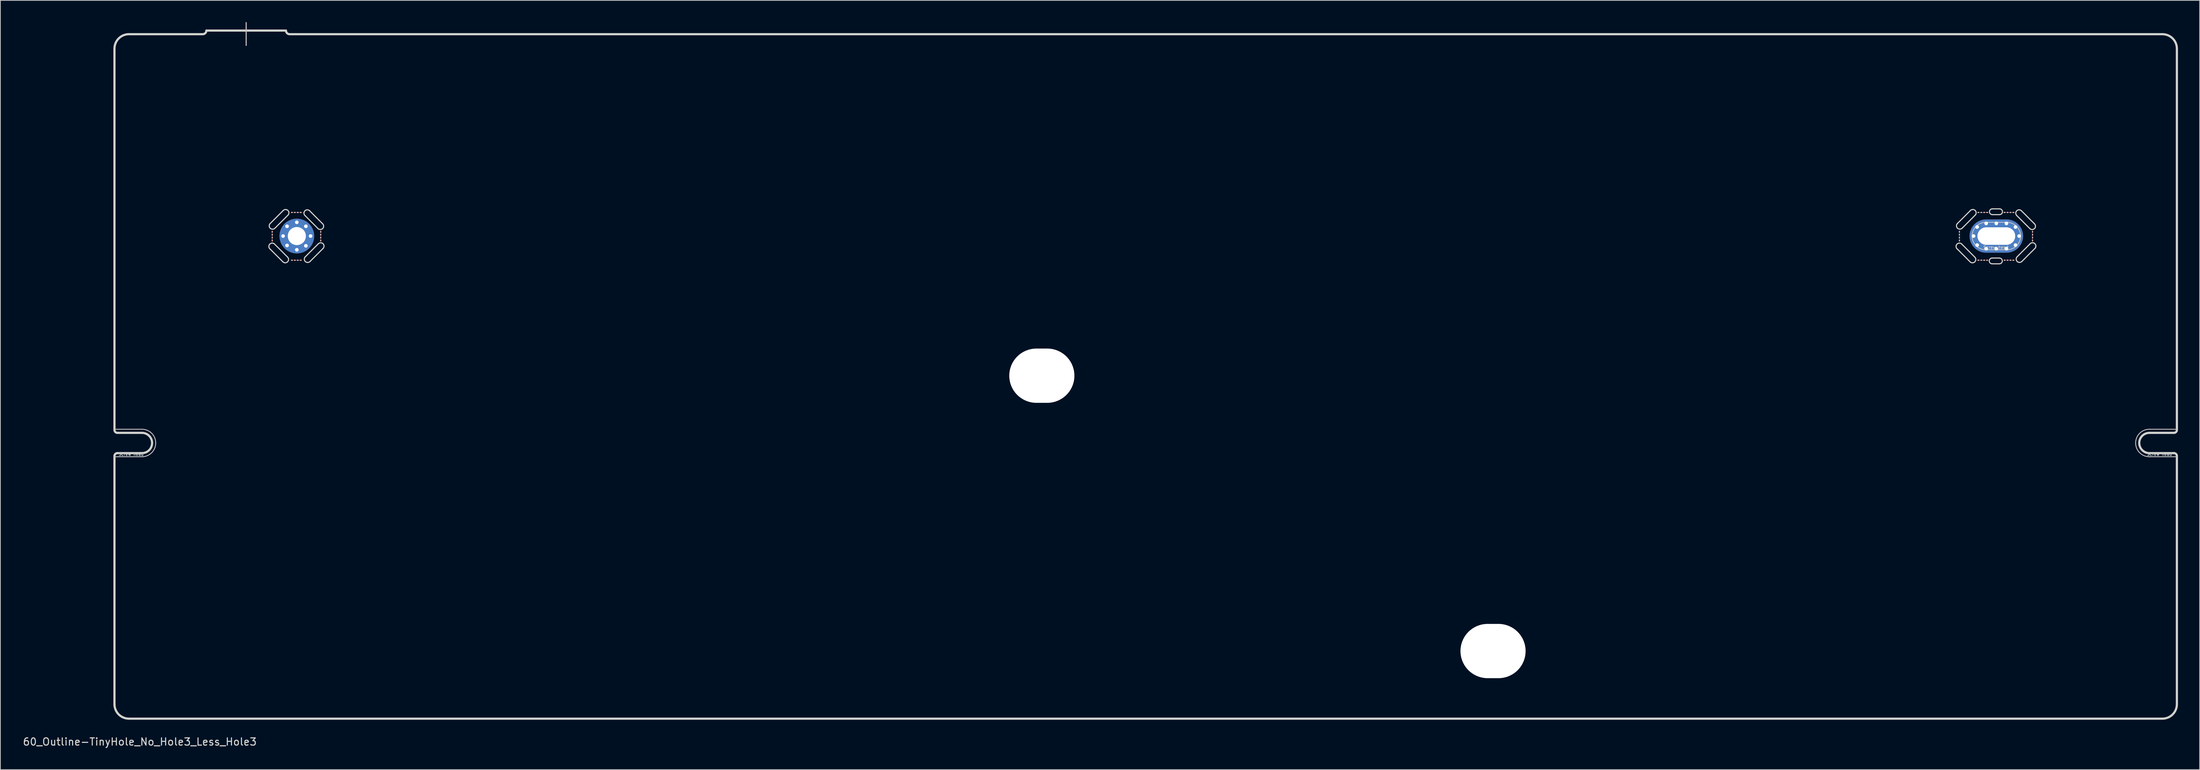
<source format=kicad_pcb>
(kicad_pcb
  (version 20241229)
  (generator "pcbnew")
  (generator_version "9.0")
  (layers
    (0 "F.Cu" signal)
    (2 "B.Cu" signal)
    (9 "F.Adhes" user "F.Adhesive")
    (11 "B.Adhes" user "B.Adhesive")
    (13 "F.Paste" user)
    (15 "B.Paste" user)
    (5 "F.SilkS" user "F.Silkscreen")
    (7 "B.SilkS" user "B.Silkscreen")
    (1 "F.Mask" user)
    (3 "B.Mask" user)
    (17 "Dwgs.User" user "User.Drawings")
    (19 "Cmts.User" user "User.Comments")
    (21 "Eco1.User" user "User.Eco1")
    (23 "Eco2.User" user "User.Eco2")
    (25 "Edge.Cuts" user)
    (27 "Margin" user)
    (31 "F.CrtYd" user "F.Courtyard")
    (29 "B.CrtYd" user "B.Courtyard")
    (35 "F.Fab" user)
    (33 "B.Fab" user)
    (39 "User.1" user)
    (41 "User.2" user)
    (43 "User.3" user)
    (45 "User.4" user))
  (footprint "60_Outline-TinyHole_No_Hole3_Less_Hole3"
    (layer "F.Cu")
    (at 155.268 48.975)
    (property "Reference" "60_Outline-TinyHole_No_Hole3_Less_Hole3" (at -139 50.5 0) (layer "Edge.Cuts") (effects (font (size 1 1) (thickness 0.15))))
    (attr through_hole)
    (fp_line (start -120.7 -19.112) (end -120.7 -19.262) (stroke (width 0.15) (type solid)) (layer "B.SilkS"))
    (fp_line (start -120.7 -19.912) (end -120.7 -20.062) (stroke (width 0.15) (type solid)) (layer "B.SilkS"))
    (fp_line (start -120.7 -19.512) (end -120.7 -19.662) (stroke (width 0.15) (type solid)) (layer "B.SilkS"))
    (fp_line (start -120.7 -18.712) (end -120.7 -18.862) (stroke (width 0.15) (type solid)) (layer "B.SilkS"))
    (fp_line (start -118.05 -22.662) (end -117.9 -22.662) (stroke (width 0.15) (type solid)) (layer "B.SilkS"))
    (fp_line (start -118.05 -16.062) (end -117.9 -16.062) (stroke (width 0.15) (type solid)) (layer "B.SilkS"))
    (fp_line (start -117.65 -22.663) (end -117.5 -22.663) (stroke (width 0.15) (type solid)) (layer "B.SilkS"))
    (fp_line (start -117.65 -16.063) (end -117.5 -16.063) (stroke (width 0.15) (type solid)) (layer "B.SilkS"))
    (fp_line (start -117.25 -22.662) (end -117.1 -22.662) (stroke (width 0.15) (type solid)) (layer "B.SilkS"))
    (fp_line (start -117.25 -16.062) (end -117.1 -16.062) (stroke (width 0.15) (type solid)) (layer "B.SilkS"))
    (fp_line (start -116.85 -22.662) (end -116.7 -22.662) (stroke (width 0.15) (type solid)) (layer "B.SilkS"))
    (fp_line (start -116.85 -16.062) (end -116.7 -16.062) (stroke (width 0.15) (type solid)) (layer "B.SilkS"))
    (fp_line (start -114 -19.112) (end -114 -19.262) (stroke (width 0.15) (type solid)) (layer "B.SilkS"))
    (fp_line (start -114 -19.912) (end -114 -20.062) (stroke (width 0.15) (type solid)) (layer "B.SilkS"))
    (fp_line (start -114 -19.512) (end -114 -19.662) (stroke (width 0.15) (type solid)) (layer "B.SilkS"))
    (fp_line (start -114 -18.712) (end -114 -18.862) (stroke (width 0.15) (type solid)) (layer "B.SilkS"))
    (fp_line (start 112.45 -19.113) (end 112.45 -19.263) (stroke (width 0.15) (type solid)) (layer "B.SilkS"))
    (fp_line (start 112.45 -19.913) (end 112.45 -20.063) (stroke (width 0.15) (type solid)) (layer "B.SilkS"))
    (fp_line (start 112.45 -19.513) (end 112.45 -19.663) (stroke (width 0.15) (type solid)) (layer "B.SilkS"))
    (fp_line (start 112.45 -18.713) (end 112.45 -18.863) (stroke (width 0.15) (type solid)) (layer "B.SilkS"))
    (fp_line (start 115.15 -22.662) (end 115 -22.662) (stroke (width 0.15) (type solid)) (layer "B.SilkS"))
    (fp_line (start 115.15 -16.062) (end 115 -16.062) (stroke (width 0.15) (type solid)) (layer "B.SilkS"))
    (fp_line (start 115.55 -22.662) (end 115.4 -22.662) (stroke (width 0.15) (type solid)) (layer "B.SilkS"))
    (fp_line (start 115.55 -16.062) (end 115.4 -16.062) (stroke (width 0.15) (type solid)) (layer "B.SilkS"))
    (fp_line (start 115.95 -22.662) (end 115.8 -22.662) (stroke (width 0.15) (type solid)) (layer "B.SilkS"))
    (fp_line (start 115.95 -16.062) (end 115.8 -16.062) (stroke (width 0.15) (type solid)) (layer "B.SilkS"))
    (fp_line (start 116.35 -22.662) (end 116.2 -22.662) (stroke (width 0.15) (type solid)) (layer "B.SilkS"))
    (fp_line (start 116.35 -16.062) (end 116.2 -16.062) (stroke (width 0.15) (type solid)) (layer "B.SilkS"))
    (fp_line (start 118.625 -22.663) (end 118.775 -22.663) (stroke (width 0.15) (type solid)) (layer "B.SilkS"))
    (fp_line (start 118.625 -16.063) (end 118.775 -16.063) (stroke (width 0.15) (type solid)) (layer "B.SilkS"))
    (fp_line (start 119.025 -22.663) (end 119.175 -22.663) (stroke (width 0.15) (type solid)) (layer "B.SilkS"))
    (fp_line (start 119.025 -16.063) (end 119.175 -16.063) (stroke (width 0.15) (type solid)) (layer "B.SilkS"))
    (fp_line (start 119.425 -22.663) (end 119.575 -22.663) (stroke (width 0.15) (type solid)) (layer "B.SilkS"))
    (fp_line (start 119.425 -16.063) (end 119.575 -16.063) (stroke (width 0.15) (type solid)) (layer "B.SilkS"))
    (fp_line (start 119.825 -22.663) (end 119.975 -22.663) (stroke (width 0.15) (type solid)) (layer "B.SilkS"))
    (fp_line (start 119.825 -16.063) (end 119.975 -16.063) (stroke (width 0.15) (type solid)) (layer "B.SilkS"))
    (fp_line (start 122.55 -19.113) (end 122.55 -19.263) (stroke (width 0.15) (type solid)) (layer "B.SilkS"))
    (fp_line (start 122.55 -19.913) (end 122.55 -20.063) (stroke (width 0.15) (type solid)) (layer "B.SilkS"))
    (fp_line (start 122.55 -19.513) (end 122.55 -19.663) (stroke (width 0.15) (type solid)) (layer "B.SilkS"))
    (fp_line (start 122.55 -18.713) (end 122.55 -18.863) (stroke (width 0.15) (type solid)) (layer "B.SilkS"))
    (fp_line (start -142.5 7.3) (end -138.7 7.3) (stroke (width 0.12) (type solid)) (layer "Dwgs.User"))
    (fp_line (start -142.5 11.1) (end -138.7 11.1) (stroke (width 0.12) (type solid)) (layer "Dwgs.User"))
    (fp_line (start -124.3 -48.9) (end -124.3 -45.75) (stroke (width 0.15) (type solid)) (layer "Dwgs.User"))
    (fp_line (start -15.75 -2.15) (end -12.85 -2.15) (stroke (width 0.12) (type solid)) (layer "Dwgs.User"))
    (fp_line (start -15.75 1.65) (end -12.85 1.65) (stroke (width 0.12) (type solid)) (layer "Dwgs.User"))
    (fp_line (start -15.7 -1.5) (end -12.9 -1.5) (stroke (width 0.12) (type solid)) (layer "Dwgs.User"))
    (fp_line (start -12.9 0.9) (end -15.7 0.9) (stroke (width 0.12) (type solid)) (layer "Dwgs.User"))
    (fp_line (start 46.55 36) (end 49.45 36) (stroke (width 0.12) (type solid)) (layer "Dwgs.User"))
    (fp_line (start 46.55 39.8) (end 49.45 39.8) (stroke (width 0.12) (type solid)) (layer "Dwgs.User"))
    (fp_line (start 46.551 36.055) (end 49.451 36.055) (stroke (width 0.12) (type solid)) (layer "Dwgs.User"))
    (fp_line (start 46.551 39.855) (end 49.451 39.855) (stroke (width 0.12) (type solid)) (layer "Dwgs.User"))
    (fp_line (start 46.601 36.705) (end 49.401 36.705) (stroke (width 0.12) (type solid)) (layer "Dwgs.User"))
    (fp_line (start 49.401 39.105) (end 46.601 39.105) (stroke (width 0.12) (type solid)) (layer "Dwgs.User"))
    (fp_line (start 116.1 -21.3) (end 119 -21.3) (stroke (width 0.12) (type solid)) (layer "Dwgs.User"))
    (fp_line (start 116.1 -17.5) (end 119 -17.5) (stroke (width 0.12) (type solid)) (layer "Dwgs.User"))
    (fp_line (start 138.7 7.3) (end 142.5 7.3) (stroke (width 0.12) (type solid)) (layer "Dwgs.User"))
    (fp_line (start 138.7 11.1) (end 142.5 11.1) (stroke (width 0.12) (type solid)) (layer "Dwgs.User"))
    (fp_arc (start -138.7 7.3) (mid -137.356497 7.856497) (end -136.8 9.2) (stroke (width 0.12) (type solid)) (layer "Dwgs.User"))
    (fp_arc (start -136.8 9.2) (mid -137.356497 10.543503) (end -138.7 11.1) (stroke (width 0.12) (type solid)) (layer "Dwgs.User"))
    (fp_arc (start -17.65 -0.25) (mid -17.093503 -1.593503) (end -15.75 -2.15) (stroke (width 0.12) (type solid)) (layer "Dwgs.User"))
    (fp_arc (start -16.9 -0.3) (mid -16.548528 -1.148528) (end -15.7 -1.5) (stroke (width 0.12) (type solid)) (layer "Dwgs.User"))
    (fp_arc (start -15.75 1.65) (mid -17.093503 1.093503) (end -17.65 -0.25) (stroke (width 0.12) (type solid)) (layer "Dwgs.User"))
    (fp_arc (start -15.7 0.9) (mid -16.548528 0.548528) (end -16.9 -0.3) (stroke (width 0.12) (type solid)) (layer "Dwgs.User"))
    (fp_arc (start -12.9 -1.5) (mid -12.051472 -1.148528) (end -11.7 -0.3) (stroke (width 0.12) (type solid)) (layer "Dwgs.User"))
    (fp_arc (start -12.85 -2.15) (mid -11.506497 -1.593503) (end -10.95 -0.25) (stroke (width 0.12) (type solid)) (layer "Dwgs.User"))
    (fp_arc (start -11.7 -0.3) (mid -12.051472 0.548528) (end -12.9 0.9) (stroke (width 0.12) (type solid)) (layer "Dwgs.User"))
    (fp_arc (start -10.95 -0.25) (mid -11.506497 1.093503) (end -12.85 1.65) (stroke (width 0.12) (type solid)) (layer "Dwgs.User"))
    (fp_arc (start 44.65 37.9) (mid 45.206497 36.556497) (end 46.55 36) (stroke (width 0.12) (type solid)) (layer "Dwgs.User"))
    (fp_arc (start 44.651167 37.955456) (mid 45.207664 36.611953) (end 46.551167 36.055456) (stroke (width 0.12) (type solid)) (layer "Dwgs.User"))
    (fp_arc (start 45.401167 37.905456) (mid 45.752639 37.056928) (end 46.601167 36.705456) (stroke (width 0.12) (type solid)) (layer "Dwgs.User"))
    (fp_arc (start 46.55 39.8) (mid 45.206497 39.243503) (end 44.65 37.9) (stroke (width 0.12) (type solid)) (layer "Dwgs.User"))
    (fp_arc (start 46.551167 39.855456) (mid 45.207664 39.298959) (end 44.651167 37.955456) (stroke (width 0.12) (type solid)) (layer "Dwgs.User"))
    (fp_arc (start 46.601167 39.105456) (mid 45.752639 38.753984) (end 45.401167 37.905456) (stroke (width 0.12) (type solid)) (layer "Dwgs.User"))
    (fp_arc (start 49.401167 36.705456) (mid 50.249695 37.056928) (end 50.601167 37.905456) (stroke (width 0.12) (type solid)) (layer "Dwgs.User"))
    (fp_arc (start 49.45 36) (mid 50.793503 36.556497) (end 51.35 37.9) (stroke (width 0.12) (type solid)) (layer "Dwgs.User"))
    (fp_arc (start 49.451167 36.055456) (mid 50.79467 36.611953) (end 51.351167 37.955456) (stroke (width 0.12) (type solid)) (layer "Dwgs.User"))
    (fp_arc (start 50.601167 37.905456) (mid 50.249695 38.753984) (end 49.401167 39.105456) (stroke (width 0.12) (type solid)) (layer "Dwgs.User"))
    (fp_arc (start 51.35 37.9) (mid 50.793503 39.243503) (end 49.45 39.8) (stroke (width 0.12) (type solid)) (layer "Dwgs.User"))
    (fp_arc (start 51.351167 37.955456) (mid 50.79467 39.298959) (end 49.451167 39.855456) (stroke (width 0.12) (type solid)) (layer "Dwgs.User"))
    (fp_arc (start 114.2 -19.4) (mid 114.756495 -20.743516) (end 116.1 -21.3) (stroke (width 0.12) (type solid)) (layer "Dwgs.User"))
    (fp_arc (start 116.1 -17.5) (mid 114.756523 -18.056511) (end 114.2 -19.4) (stroke (width 0.12) (type solid)) (layer "Dwgs.User"))
    (fp_arc (start 119 -21.3) (mid 120.343528 -20.743517) (end 120.9 -19.4) (stroke (width 0.12) (type solid)) (layer "Dwgs.User"))
    (fp_arc (start 120.9 -19.4) (mid 120.343501 -18.05651) (end 119 -17.5) (stroke (width 0.12) (type solid)) (layer "Dwgs.User"))
    (fp_arc (start 136.8 9.2) (mid 137.356497 7.856497) (end 138.7 7.3) (stroke (width 0.12) (type solid)) (layer "Dwgs.User"))
    (fp_arc (start 138.7 11.1) (mid 137.356497 10.543503) (end 136.8 9.2) (stroke (width 0.12) (type solid)) (layer "Dwgs.User"))
    (fp_line (start -142.5 7.4) (end -142.5 -45.3) (stroke (width 0.3) (type solid)) (layer "Edge.Cuts"))
    (fp_line (start -142.5 45.3) (end -142.5 11) (stroke (width 0.3) (type solid)) (layer "Edge.Cuts"))
    (fp_line (start -142.1 10.6) (end -138.7 10.6) (stroke (width 0.3) (type solid)) (layer "Edge.Cuts"))
    (fp_line (start -140.5 -47.3) (end -130.3 -47.3) (stroke (width 0.3) (type solid)) (layer "Edge.Cuts"))
    (fp_line (start -138.7 7.8) (end -142.1 7.8) (stroke (width 0.3) (type solid)) (layer "Edge.Cuts"))
    (fp_line (start -129.8 -47.8) (end -118.8 -47.8) (stroke (width 0.3) (type solid)) (layer "Edge.Cuts"))
    (fp_line (start -119.2 -15.812) (end -121 -17.612) (stroke (width 0.15) (type solid)) (layer "Edge.Cuts"))
    (fp_line (start -119.2 -22.912) (end -121 -21.112) (stroke (width 0.15) (type solid)) (layer "Edge.Cuts"))
    (fp_line (start -118.6 -16.512) (end -120.4 -18.312) (stroke (width 0.15) (type solid)) (layer "Edge.Cuts"))
    (fp_line (start -118.5 -22.312) (end -120.3 -20.512) (stroke (width 0.15) (type solid)) (layer "Edge.Cuts"))
    (fp_line (start -114.35 -18.312) (end -116.15 -16.512) (stroke (width 0.15) (type solid)) (layer "Edge.Cuts"))
    (fp_line (start -114.35 -20.412) (end -116.15 -22.212) (stroke (width 0.15) (type solid)) (layer "Edge.Cuts"))
    (fp_line (start -113.75 -21.112) (end -115.55 -22.912) (stroke (width 0.15) (type solid)) (layer "Edge.Cuts"))
    (fp_line (start -113.65 -17.712) (end -115.45 -15.912) (stroke (width 0.15) (type solid)) (layer "Edge.Cuts"))
    (fp_line (start 113.95 -15.812) (end 112.15 -17.612) (stroke (width 0.15) (type solid)) (layer "Edge.Cuts"))
    (fp_line (start 113.95 -22.912) (end 112.15 -21.112) (stroke (width 0.15) (type solid)) (layer "Edge.Cuts"))
    (fp_line (start 114.55 -16.512) (end 112.75 -18.312) (stroke (width 0.15) (type solid)) (layer "Edge.Cuts"))
    (fp_line (start 114.65 -22.312) (end 112.85 -20.512) (stroke (width 0.15) (type solid)) (layer "Edge.Cuts"))
    (fp_line (start 116.975 -16.363) (end 117.975 -16.363) (stroke (width 0.15) (type solid)) (layer "Edge.Cuts"))
    (fp_line (start 116.975 -15.563) (end 117.975 -15.563) (stroke (width 0.15) (type solid)) (layer "Edge.Cuts"))
    (fp_line (start 118 -23.162) (end 117 -23.162) (stroke (width 0.15) (type solid)) (layer "Edge.Cuts"))
    (fp_line (start 118 -22.362) (end 117 -22.362) (stroke (width 0.15) (type solid)) (layer "Edge.Cuts"))
    (fp_line (start 122.2 -18.312) (end 120.4 -16.512) (stroke (width 0.15) (type solid)) (layer "Edge.Cuts"))
    (fp_line (start 122.2 -20.412) (end 120.4 -22.212) (stroke (width 0.15) (type solid)) (layer "Edge.Cuts"))
    (fp_line (start 122.8 -21.112) (end 121 -22.912) (stroke (width 0.15) (type solid)) (layer "Edge.Cuts"))
    (fp_line (start 122.9 -17.712) (end 121.1 -15.912) (stroke (width 0.15) (type solid)) (layer "Edge.Cuts"))
    (fp_line (start 138.7 7.8) (end 142.1 7.8) (stroke (width 0.3) (type solid)) (layer "Edge.Cuts"))
    (fp_line (start 138.7 10.6) (end 142.1 10.6) (stroke (width 0.3) (type solid)) (layer "Edge.Cuts"))
    (fp_line (start 140.5 -47.3) (end -118.3 -47.3) (stroke (width 0.3) (type solid)) (layer "Edge.Cuts"))
    (fp_line (start 140.5 47.3) (end -140.5 47.3) (stroke (width 0.3) (type solid)) (layer "Edge.Cuts"))
    (fp_line (start 142.5 7.4) (end 142.5 -45.3) (stroke (width 0.3) (type solid)) (layer "Edge.Cuts"))
    (fp_line (start 142.5 11) (end 142.5 45.3) (stroke (width 0.3) (type solid)) (layer "Edge.Cuts"))
    (fp_arc (start -142.5 -45.3) (mid -141.914214 -46.714214) (end -140.5 -47.3) (stroke (width 0.3) (type solid)) (layer "Edge.Cuts"))
    (fp_arc (start -142.5 11) (mid -142.382843 10.717157) (end -142.1 10.6) (stroke (width 0.3) (type solid)) (layer "Edge.Cuts"))
    (fp_arc (start -142.1 7.8) (mid -142.382843 7.682843) (end -142.5 7.4) (stroke (width 0.3) (type solid)) (layer "Edge.Cuts"))
    (fp_arc (start -140.5 47.3) (mid -141.914214 46.714214) (end -142.5 45.3) (stroke (width 0.3) (type solid)) (layer "Edge.Cuts"))
    (fp_arc (start -138.7 7.8) (mid -137.710051 8.210051) (end -137.3 9.2) (stroke (width 0.3) (type solid)) (layer "Edge.Cuts"))
    (fp_arc (start -137.3 9.2) (mid -137.710051 10.189949) (end -138.7 10.6) (stroke (width 0.3) (type solid)) (layer "Edge.Cuts"))
    (fp_arc (start -129.8 -47.8) (mid -129.946447 -47.446447) (end -130.3 -47.3) (stroke (width 0.3) (type solid)) (layer "Edge.Cuts"))
    (fp_arc (start -120.99996 -17.6121) (mid -121.050006 -18.262137) (end -120.399962 -18.312098) (stroke (width 0.15) (type solid)) (layer "Edge.Cuts"))
    (fp_arc (start -120.299961 -20.512101) (mid -120.949986 -20.462069) (end -120.999959 -21.112099) (stroke (width 0.15) (type solid)) (layer "Edge.Cuts"))
    (fp_arc (start -119.199959 -22.912099) (mid -118.549994 -22.962065) (end -118.499961 -22.312101) (stroke (width 0.15) (type solid)) (layer "Edge.Cuts"))
    (fp_arc (start -118.599962 -16.512098) (mid -118.550008 -15.862139) (end -119.19996 -15.8121) (stroke (width 0.15) (type solid)) (layer "Edge.Cuts"))
    (fp_arc (start -118.3 -47.3) (mid -118.653553 -47.446447) (end -118.8 -47.8) (stroke (width 0.3) (type solid)) (layer "Edge.Cuts"))
    (fp_arc (start -116.149957 -22.212103) (mid -116.2 -22.862138) (end -115.549959 -22.912101) (stroke (width 0.15) (type solid)) (layer "Edge.Cuts"))
    (fp_arc (start -115.449962 -15.912102) (mid -116.099959 -15.862101) (end -116.14996 -16.5121) (stroke (width 0.15) (type solid)) (layer "Edge.Cuts"))
    (fp_arc (start -114.34996 -18.3121) (mid -113.699961 -18.362099) (end -113.649962 -17.712102) (stroke (width 0.15) (type solid)) (layer "Edge.Cuts"))
    (fp_arc (start -113.749959 -21.112101) (mid -113.700002 -20.46214) (end -114.349957 -20.412103) (stroke (width 0.15) (type solid)) (layer "Edge.Cuts"))
    (fp_arc (start 112.150001 -17.612458) (mid 112.099946 -18.262493) (end 112.749999 -18.312456) (stroke (width 0.15) (type solid)) (layer "Edge.Cuts"))
    (fp_arc (start 112.85 -20.512459) (mid 112.200041 -20.462502) (end 112.150002 -21.112457) (stroke (width 0.15) (type solid)) (layer "Edge.Cuts"))
    (fp_arc (start 113.950002 -22.912457) (mid 114.600039 -22.9625) (end 114.65 -22.312459) (stroke (width 0.15) (type solid)) (layer "Edge.Cuts"))
    (fp_arc (start 114.549999 -16.512456) (mid 114.599944 -15.862495) (end 113.950001 -15.812458) (stroke (width 0.15) (type solid)) (layer "Edge.Cuts"))
    (fp_arc (start 116.975 -15.562818) (mid 116.575058 -15.962799) (end 116.975 -16.362818) (stroke (width 0.15) (type solid)) (layer "Edge.Cuts"))
    (fp_arc (start 116.999965 -22.36248) (mid 116.59992 -22.762499) (end 116.999965 -23.16248) (stroke (width 0.15) (type solid)) (layer "Edge.Cuts"))
    (fp_arc (start 117.975035 -16.362798) (mid 118.375038 -15.962799) (end 117.975035 -15.562798) (stroke (width 0.15) (type solid)) (layer "Edge.Cuts"))
    (fp_arc (start 118 -23.16246) (mid 118.3999 -22.762499) (end 118 -22.36246) (stroke (width 0.15) (type solid)) (layer "Edge.Cuts"))
    (fp_arc (start 120.400001 -22.212461) (mid 120.349948 -22.862491) (end 120.999999 -22.912459) (stroke (width 0.15) (type solid)) (layer "Edge.Cuts"))
    (fp_arc (start 121.099996 -15.91246) (mid 120.450044 -15.862504) (end 120.399998 -16.512458) (stroke (width 0.15) (type solid)) (layer "Edge.Cuts"))
    (fp_arc (start 122.199998 -18.312458) (mid 122.850042 -18.362502) (end 122.899996 -17.71246) (stroke (width 0.15) (type solid)) (layer "Edge.Cuts"))
    (fp_arc (start 122.799999 -21.112459) (mid 122.849946 -20.462493) (end 122.200001 -20.412461) (stroke (width 0.15) (type solid)) (layer "Edge.Cuts"))
    (fp_arc (start 137.3 9.2) (mid 137.710051 8.210051) (end 138.7 7.8) (stroke (width 0.3) (type solid)) (layer "Edge.Cuts"))
    (fp_arc (start 138.7 10.6) (mid 137.710051 10.189949) (end 137.3 9.2) (stroke (width 0.3) (type solid)) (layer "Edge.Cuts"))
    (fp_arc (start 140.5 -47.3) (mid 141.914214 -46.714214) (end 142.5 -45.3) (stroke (width 0.3) (type solid)) (layer "Edge.Cuts"))
    (fp_arc (start 142.1 10.6) (mid 142.382843 10.717157) (end 142.5 11) (stroke (width 0.3) (type solid)) (layer "Edge.Cuts"))
    (fp_arc (start 142.5 7.4) (mid 142.382843 7.682843) (end 142.1 7.8) (stroke (width 0.3) (type solid)) (layer "Edge.Cuts"))
    (fp_arc (start 142.5 45.3) (mid 141.914214 46.714214) (end 140.5 47.3) (stroke (width 0.3) (type solid)) (layer "Edge.Cuts"))
    (fp_text user "Relief hole" (at -14.3 2 0) (layer "Dwgs.User") (effects (font (size 0.4 0.4) (thickness 0.08))))
    (fp_text user "Screw head" (at 117.5 -17.85 0) (layer "Dwgs.User") (effects (font (size 0.4 0.4) (thickness 0.08))))
    (fp_text user "Relief hole" (at 48 40.3 0) (layer "Dwgs.User") (effects (font (size 0.4 0.4) (thickness 0.08))))
    (fp_text user "Screw head" (at 140.1 10.75 0) (layer "Dwgs.User") (effects (font (size 0.4 0.4) (thickness 0.08))))
    (fp_text user "Screw head" (at 48.05 39.45 0) (layer "Dwgs.User") (effects (font (size 0.4 0.4) (thickness 0.08))))
    (fp_text user "Screw head" (at -140.2 10.75 0) (layer "Dwgs.User") (effects (font (size 0.4 0.4) (thickness 0.08))))
    (fp_text user "Screw head" (at -14.3 1.275 0) (layer "Dwgs.User") (effects (font (size 0.4 0.4) (thickness 0.08))))
    (pad "" np_thru_hole oval (at -14.35 -0.1) (size 9 7.5) (drill oval 9 7.5) (layers "*.Cu" "*.Mask"))
    (pad "" np_thru_hole oval (at 48.001 37.955) (size 9 7.5) (drill oval 9 7.5) (layers "*.Cu" "*.Mask"))
    (pad "" np_thru_hole oval (at 117.55 -19.4) (size 5.2 2.4) (drill oval 5.2 2.4) (layers "*.Cu" "*.Mask"))
    (pad "1" thru_hole circle (at -119.2 -19.4) (size 1 1) (drill 0.5) (layers "*.Cu" "*.Mask"))
    (pad "1" thru_hole circle (at -118.65 -20.75) (size 1 1) (drill 0.5) (layers "*.Cu" "*.Mask"))
    (pad "1" thru_hole circle (at -118.65 -18.1) (size 1 1) (drill 0.5) (layers "*.Cu" "*.Mask"))
    (pad "1" thru_hole circle (at -117.3 -21.3) (size 1 1) (drill 0.5) (layers "*.Cu" "*.Mask"))
    (pad "1" thru_hole circle (at -117.3 -19.4) (size 4.8 4.8) (drill 2.499) (layers "*.Cu" "*.Mask"))
    (pad "1" thru_hole circle (at -117.3 -17.5) (size 1 1) (drill 0.5) (layers "*.Cu" "*.Mask"))
    (pad "1" thru_hole circle (at -116.05 -20.75) (size 1 1) (drill 0.5) (layers "*.Cu" "*.Mask"))
    (pad "1" thru_hole circle (at -116.05 -18.05) (size 1 1) (drill 0.5) (layers "*.Cu" "*.Mask"))
    (pad "1" thru_hole circle (at -115.4 -19.4) (size 1 1) (drill 0.5) (layers "*.Cu" "*.Mask"))
    (pad "1" thru_hole circle (at 114.4 -19.4) (size 1 1) (drill 0.5) (layers "*.Cu" "*.Mask"))
    (pad "1" thru_hole circle (at 114.9 -20.65) (size 1 1) (drill 0.5) (layers "*.Cu" "*.Mask"))
    (pad "1" thru_hole circle (at 114.9 -18.15) (size 1 1) (drill 0.5) (layers "*.Cu" "*.Mask"))
    (pad "1" thru_hole circle (at 116.15 -21.15) (size 1 1) (drill 0.5) (layers "*.Cu" "*.Mask"))
    (pad "1" thru_hole circle (at 116.15 -17.65) (size 1 1) (drill 0.5) (layers "*.Cu" "*.Mask"))
    (pad "1" thru_hole circle (at 117.55 -21.15) (size 1 1) (drill 0.5) (layers "*.Cu" "*.Mask"))
    (pad "1" thru_hole oval (at 117.55 -19.4) (size 7.4 4.6) (drill oval 5.2 2.4) (layers "*.Cu" "*.Mask"))
    (pad "1" thru_hole circle (at 117.55 -17.65) (size 1 1) (drill 0.5) (layers "*.Cu" "*.Mask"))
    (pad "1" thru_hole circle (at 118.95 -21.15) (size 1 1) (drill 0.5) (layers "*.Cu" "*.Mask"))
    (pad "1" thru_hole circle (at 118.95 -17.65) (size 1 1) (drill 0.5) (layers "*.Cu" "*.Mask"))
    (pad "1" thru_hole circle (at 120.2 -20.65) (size 1 1) (drill 0.5) (layers "*.Cu" "*.Mask"))
    (pad "1" thru_hole circle (at 120.2 -18.15) (size 1 1) (drill 0.5) (layers "*.Cu" "*.Mask"))
    (pad "1" thru_hole circle (at 120.7 -19.4) (size 1 1) (drill 0.5) (layers "*.Cu" "*.Mask")))
  (gr_rect
    (start -3 -3)
    (end 300.918 103.323)
    (stroke (width 0.1) (type default))
    (fill no)
    (layer "Edge.Cuts")))
</source>
